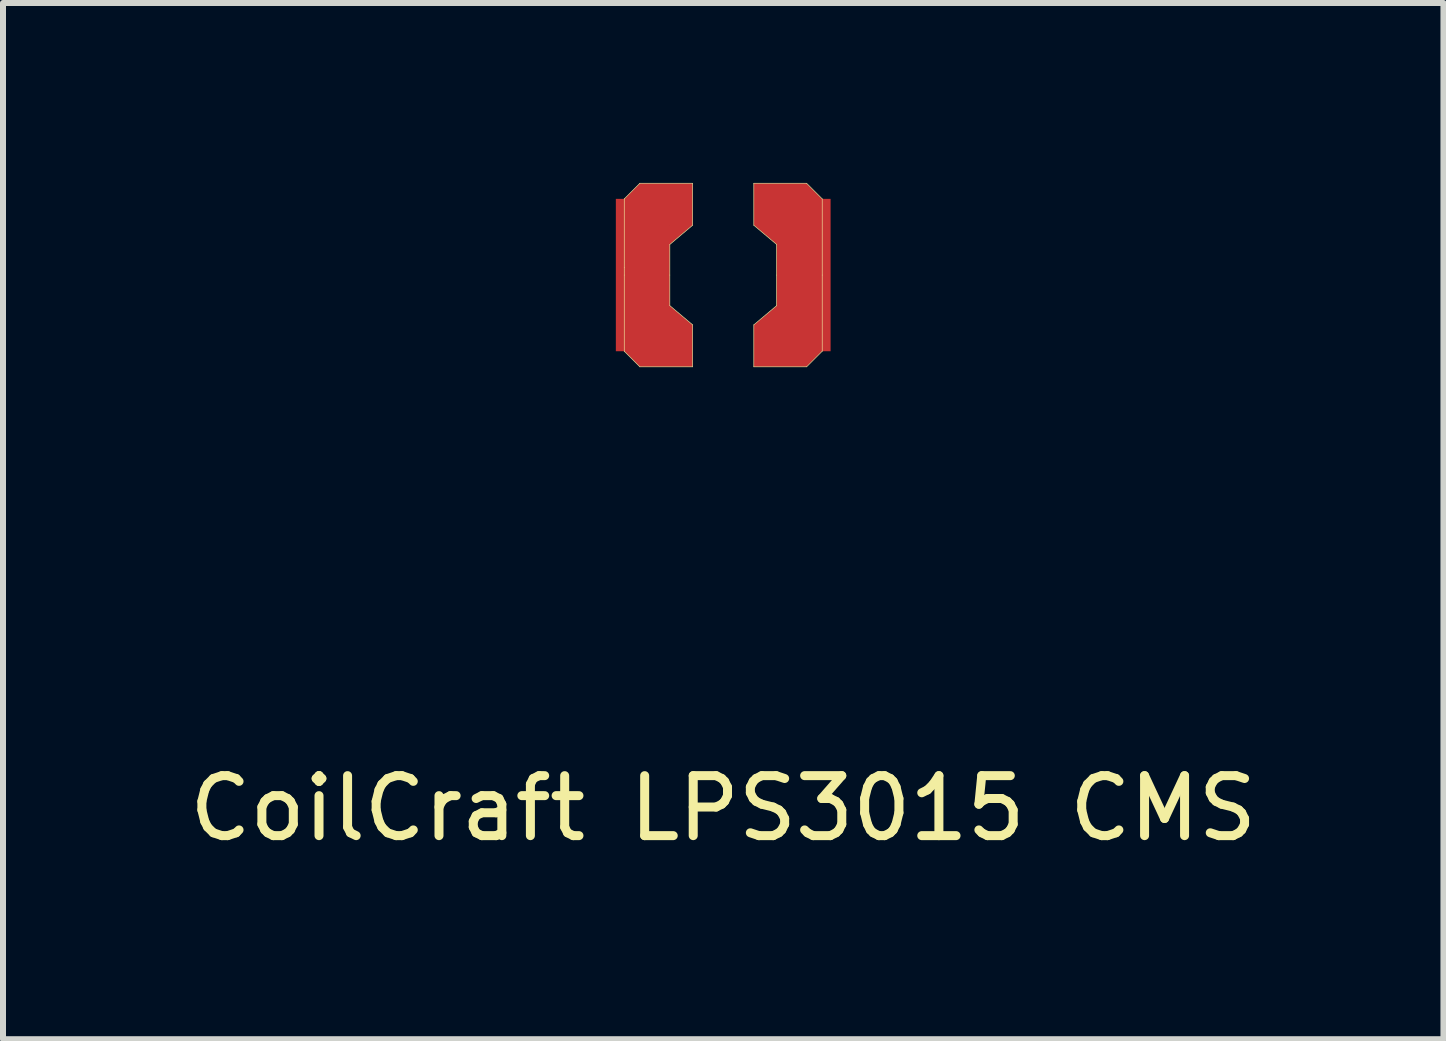
<source format=kicad_pcb>
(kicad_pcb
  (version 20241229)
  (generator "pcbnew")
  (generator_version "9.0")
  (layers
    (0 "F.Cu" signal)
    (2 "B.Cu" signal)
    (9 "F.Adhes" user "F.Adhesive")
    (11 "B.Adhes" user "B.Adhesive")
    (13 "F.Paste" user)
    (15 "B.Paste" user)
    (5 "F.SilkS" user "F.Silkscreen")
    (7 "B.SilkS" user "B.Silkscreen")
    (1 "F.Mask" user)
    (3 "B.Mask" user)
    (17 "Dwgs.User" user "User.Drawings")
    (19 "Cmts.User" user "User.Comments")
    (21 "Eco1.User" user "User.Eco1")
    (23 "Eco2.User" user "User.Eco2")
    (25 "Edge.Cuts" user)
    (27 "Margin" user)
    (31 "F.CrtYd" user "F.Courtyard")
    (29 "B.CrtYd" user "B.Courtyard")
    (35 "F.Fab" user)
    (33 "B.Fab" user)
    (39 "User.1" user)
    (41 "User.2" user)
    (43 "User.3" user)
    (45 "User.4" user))
  (footprint "CoilCraft LPS3015 CMS"
    (layer "F.Cu")
    (at 9.006 1.535)
    (property "Reference" "CoilCraft LPS3015 CMS" (at 0 8.89 0) (layer "F.SilkS") (effects (font (size 1 1) (thickness 0.15))))
    (attr through_hole)
    (fp_line (start -1.65 -1.27) (end -1.39 -1.53) (stroke (width 0.01) (type solid)) (layer "F.SilkS"))
    (fp_line (start -1.65 -0.13) (end -1.65 -1.27) (stroke (width 0.01) (type solid)) (layer "F.SilkS"))
    (fp_line (start -1.65 0) (end -1.65 -0.13) (stroke (width 0.01) (type solid)) (layer "F.SilkS"))
    (fp_line (start -1.65 0) (end -1.65 1.27) (stroke (width 0.01) (type solid)) (layer "F.SilkS"))
    (fp_line (start -1.65 1.27) (end -1.39 1.53) (stroke (width 0.01) (type solid)) (layer "F.SilkS"))
    (fp_line (start -1.39 -1.53) (end -0.51 -1.53) (stroke (width 0.01) (type solid)) (layer "F.SilkS"))
    (fp_line (start -0.89 -0.51) (end -0.51 -0.83) (stroke (width 0.01) (type solid)) (layer "F.SilkS"))
    (fp_line (start -0.89 0) (end -0.89 -0.51) (stroke (width 0.01) (type solid)) (layer "F.SilkS"))
    (fp_line (start -0.89 0) (end -0.89 0.51) (stroke (width 0.01) (type solid)) (layer "F.SilkS"))
    (fp_line (start -0.89 0.51) (end -0.51 0.83) (stroke (width 0.01) (type solid)) (layer "F.SilkS"))
    (fp_line (start -0.51 -0.83) (end -0.51 -1.53) (stroke (width 0.01) (type solid)) (layer "F.SilkS"))
    (fp_line (start -0.51 0.83) (end -0.51 1.53) (stroke (width 0.01) (type solid)) (layer "F.SilkS"))
    (fp_line (start -0.51 1.53) (end -1.39 1.53) (stroke (width 0.01) (type solid)) (layer "F.SilkS"))
    (fp_line (start 0.51 -0.83) (end 0.51 -1.53) (stroke (width 0.01) (type solid)) (layer "F.SilkS"))
    (fp_line (start 0.51 0.83) (end 0.51 1.53) (stroke (width 0.01) (type solid)) (layer "F.SilkS"))
    (fp_line (start 0.51 0.83) (end 0.89 0.51) (stroke (width 0.01) (type solid)) (layer "F.SilkS"))
    (fp_line (start 0.89 -0.51) (end 0.51 -0.83) (stroke (width 0.01) (type solid)) (layer "F.SilkS"))
    (fp_line (start 0.89 0) (end 0.89 -0.51) (stroke (width 0.01) (type solid)) (layer "F.SilkS"))
    (fp_line (start 0.89 0) (end 0.89 0.51) (stroke (width 0.01) (type solid)) (layer "F.SilkS"))
    (fp_line (start 1.39 -1.53) (end 0.51 -1.53) (stroke (width 0.01) (type solid)) (layer "F.SilkS"))
    (fp_line (start 1.39 1.53) (end 0.51 1.53) (stroke (width 0.01) (type solid)) (layer "F.SilkS"))
    (fp_line (start 1.65 -1.27) (end 1.39 -1.53) (stroke (width 0.01) (type solid)) (layer "F.SilkS"))
    (fp_line (start 1.65 0) (end 1.65 -1.27) (stroke (width 0.01) (type solid)) (layer "F.SilkS"))
    (fp_line (start 1.65 0) (end 1.65 1.27) (stroke (width 0.01) (type solid)) (layer "F.SilkS"))
    (fp_line (start 1.65 1.27) (end 1.39 1.53) (stroke (width 0.01) (type solid)) (layer "F.SilkS"))
    (pad "1" smd rect (at -1.39 -1.27 45) (size 0.364 0.364) (layers "F.Cu" "F.Mask" "F.Paste"))
    (pad "1" smd rect (at -1.39 1.27 45) (size 0.364 0.364) (layers "F.Cu" "F.Mask" "F.Paste"))
    (pad "1" smd rect (at -1.34 0) (size 0.9 2.54) (layers "F.Cu" "F.Mask" "F.Paste"))
    (pad "1" smd rect (at -0.95 -1.18) (size 0.88 0.7) (layers "F.Cu" "F.Mask" "F.Paste"))
    (pad "1" smd rect (at -0.95 1.18) (size 0.88 0.7) (layers "F.Cu" "F.Mask" "F.Paste"))
    (pad "1" smd rect (at -0.79 -0.76 40.1) (size 0.511 0.25) (layers "F.Cu" "F.Mask" "F.Paste"))
    (pad "1" smd rect (at -0.79 0.76 319.9) (size 0.511 0.25) (layers "F.Cu" "F.Mask" "F.Paste"))
    (pad "2" smd rect (at 0.79 -0.76 319.9) (size 0.511 0.25) (layers "F.Cu" "F.Mask" "F.Paste"))
    (pad "2" smd rect (at 0.79 0.76 40.1) (size 0.511 0.25) (layers "F.Cu" "F.Mask" "F.Paste"))
    (pad "2" smd rect (at 0.95 -1.18) (size 0.88 0.7) (layers "F.Cu" "F.Mask" "F.Paste"))
    (pad "2" smd rect (at 0.95 1.18) (size 0.88 0.7) (layers "F.Cu" "F.Mask" "F.Paste"))
    (pad "2" smd rect (at 1.34 0) (size 0.9 2.54) (layers "F.Cu" "F.Mask" "F.Paste"))
    (pad "2" smd rect (at 1.39 -1.27 45) (size 0.364 0.364) (layers "F.Cu" "F.Mask" "F.Paste"))
    (pad "2" smd rect (at 1.39 1.27 45) (size 0.364 0.364) (layers "F.Cu" "F.Mask" "F.Paste")))
  (gr_rect
    (start -3 -3)
    (end 21.012 14.273)
    (stroke (width 0.1) (type default))
    (fill no)
    (layer "Edge.Cuts")))
</source>
